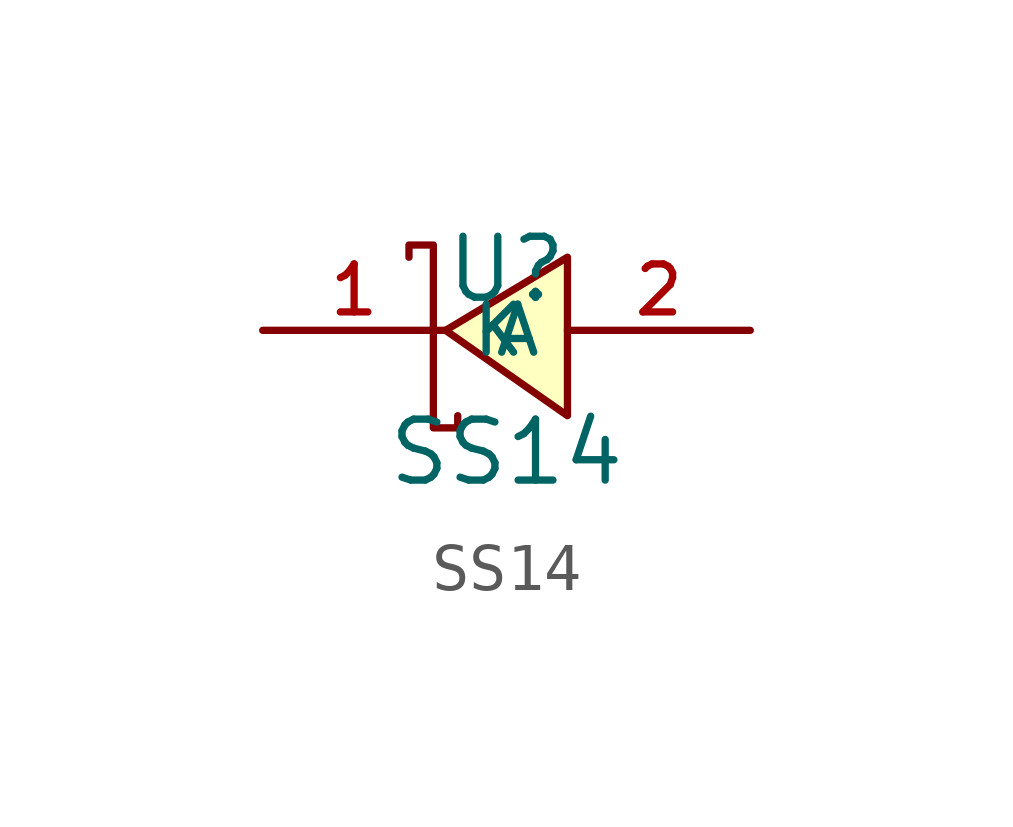
<source format=kicad_sym>
(kicad_symbol_lib
  (version 20210201)
  (generator TousstNicolas/JLC2KiCad_lib)
  (symbol "SS14"
    (property "Reference" "U"
      (at 0 1.27 0)
      (effects (font (size 1.27 1.27))))
    (property "Value" "SS14"
      (at 0 -2.54 0)
      (effects (font (size 1.27 1.27))))
    (symbol "SS14_0_1"
      (pin unspecified line (at 5.08 -0.0 180) (length 3.81) (name "A" (effects (font (size 1 1)))) (number "2" (effects (font (size 1 1)))))
      (pin unspecified line (at -5.08 -0.0 0) (length 3.81) (name "K" (effects (font (size 1 1)))) (number "1" (effects (font (size 1 1)))))
      (polyline (pts (xy -2.032 1.524) (xy -2.032 1.778) (xy -1.524 1.778) (xy -1.524 -2.032) (xy -1.016 -2.032) (xy -1.016 -1.778)) (stroke (width 0) (type default) (color 0 0 0 0)) (fill (type none)))
      (polyline (pts (xy 1.27 1.524) (xy -1.27 -0.0) (xy 1.27 -1.778) (xy 1.27 1.524)) (stroke (width 0) (type default) (color 0 0 0 0)) (fill (type background))))))
</source>
